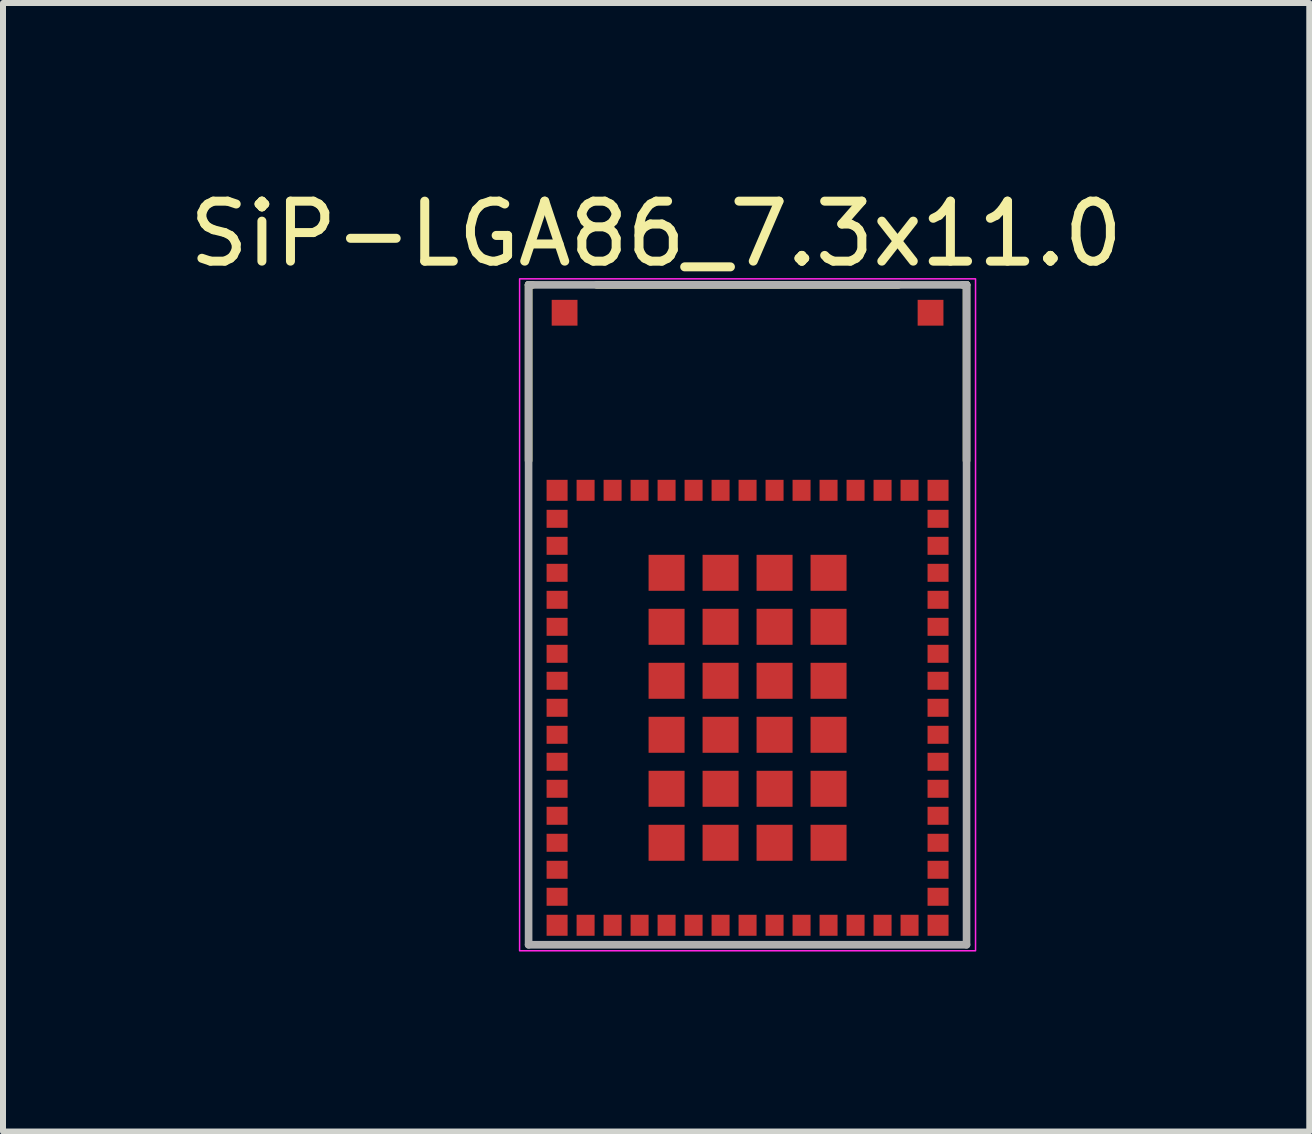
<source format=kicad_pcb>
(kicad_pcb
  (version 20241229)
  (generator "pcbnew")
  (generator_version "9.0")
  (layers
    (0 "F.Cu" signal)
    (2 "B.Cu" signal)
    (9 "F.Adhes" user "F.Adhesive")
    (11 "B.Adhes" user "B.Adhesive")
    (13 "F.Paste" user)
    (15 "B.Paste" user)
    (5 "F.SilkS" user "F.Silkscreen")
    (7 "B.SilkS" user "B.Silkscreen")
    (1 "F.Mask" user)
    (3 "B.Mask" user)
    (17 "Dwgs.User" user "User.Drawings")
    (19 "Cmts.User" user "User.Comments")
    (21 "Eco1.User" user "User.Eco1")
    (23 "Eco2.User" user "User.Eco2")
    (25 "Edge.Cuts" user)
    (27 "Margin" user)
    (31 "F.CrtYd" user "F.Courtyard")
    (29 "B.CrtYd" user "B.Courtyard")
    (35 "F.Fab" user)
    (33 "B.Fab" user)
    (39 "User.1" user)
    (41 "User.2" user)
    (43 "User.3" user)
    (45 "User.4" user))
  (footprint "SiP-LGA86_7.3x11.0"
    (layer "F.Cu")
    (at 9.411 7.198)
    (property "Reference" "SiP-LGA86_7.3x11.0" (at -1.524 -6.35 0) (layer "F.SilkS") (effects (font (size 1 1) (thickness 0.15))))
    (attr smd)
    (fp_poly (pts (xy -3.4 -2.3) (xy -2.95 -2.3) (xy -2.95 -1.85) (xy -3.4 -1.85)) (stroke (width 0.01) (type solid)) (fill yes) (layer "F.Mask"))
    (fp_poly (pts (xy -3.4 -1.8) (xy -2.95 -1.8) (xy -2.95 -1.4) (xy -3.4 -1.4)) (stroke (width 0.01) (type solid)) (fill yes) (layer "F.Mask"))
    (fp_poly (pts (xy -3.4 -1.35) (xy -2.95 -1.35) (xy -2.95 -0.95) (xy -3.4 -0.95)) (stroke (width 0.01) (type solid)) (fill yes) (layer "F.Mask"))
    (fp_poly (pts (xy -3.4 -0.9) (xy -2.95 -0.9) (xy -2.95 -0.5) (xy -3.4 -0.5)) (stroke (width 0.01) (type solid)) (fill yes) (layer "F.Mask"))
    (fp_poly (pts (xy -3.4 -0.45) (xy -2.95 -0.45) (xy -2.95 -0.05) (xy -3.4 -0.05)) (stroke (width 0.01) (type solid)) (fill yes) (layer "F.Mask"))
    (fp_poly (pts (xy -3.4 0) (xy -2.95 0) (xy -2.95 0.4) (xy -3.4 0.4)) (stroke (width 0.01) (type solid)) (fill yes) (layer "F.Mask"))
    (fp_poly (pts (xy -3.4 0.45) (xy -2.95 0.45) (xy -2.95 0.85) (xy -3.4 0.85)) (stroke (width 0.01) (type solid)) (fill yes) (layer "F.Mask"))
    (fp_poly (pts (xy -3.4 0.9) (xy -2.95 0.9) (xy -2.95 1.3) (xy -3.4 1.3)) (stroke (width 0.01) (type solid)) (fill yes) (layer "F.Mask"))
    (fp_poly (pts (xy -3.4 1.35) (xy -2.95 1.35) (xy -2.95 1.75) (xy -3.4 1.75)) (stroke (width 0.01) (type solid)) (fill yes) (layer "F.Mask"))
    (fp_poly (pts (xy -3.4 1.8) (xy -2.95 1.8) (xy -2.95 2.2) (xy -3.4 2.2)) (stroke (width 0.01) (type solid)) (fill yes) (layer "F.Mask"))
    (fp_poly (pts (xy -3.4 2.25) (xy -2.95 2.25) (xy -2.95 2.65) (xy -3.4 2.65)) (stroke (width 0.01) (type solid)) (fill yes) (layer "F.Mask"))
    (fp_poly (pts (xy -3.4 2.7) (xy -2.95 2.7) (xy -2.95 3.1) (xy -3.4 3.1)) (stroke (width 0.01) (type solid)) (fill yes) (layer "F.Mask"))
    (fp_poly (pts (xy -3.4 3.15) (xy -2.95 3.15) (xy -2.95 3.55) (xy -3.4 3.55)) (stroke (width 0.01) (type solid)) (fill yes) (layer "F.Mask"))
    (fp_poly (pts (xy -3.4 3.6) (xy -2.95 3.6) (xy -2.95 4) (xy -3.4 4)) (stroke (width 0.01) (type solid)) (fill yes) (layer "F.Mask"))
    (fp_poly (pts (xy -3.4 4.05) (xy -2.95 4.05) (xy -2.95 4.45) (xy -3.4 4.45)) (stroke (width 0.01) (type solid)) (fill yes) (layer "F.Mask"))
    (fp_poly (pts (xy -3.4 4.5) (xy -2.95 4.5) (xy -2.95 4.9) (xy -3.4 4.9)) (stroke (width 0.01) (type solid)) (fill yes) (layer "F.Mask"))
    (fp_poly (pts (xy -3.4 4.95) (xy -2.95 4.95) (xy -2.95 5.4) (xy -3.4 5.4)) (stroke (width 0.01) (type solid)) (fill yes) (layer "F.Mask"))
    (fp_poly (pts (xy -3.315 -5.3) (xy -2.785 -5.3) (xy -2.785 -4.77) (xy -3.315 -4.77)) (stroke (width 0.01) (type solid)) (fill yes) (layer "F.Mask"))
    (fp_poly (pts (xy -2.9 -2.3) (xy -2.5 -2.3) (xy -2.5 -1.85) (xy -2.9 -1.85)) (stroke (width 0.01) (type solid)) (fill yes) (layer "F.Mask"))
    (fp_poly (pts (xy -2.9 4.95) (xy -2.5 4.95) (xy -2.5 5.4) (xy -2.9 5.4)) (stroke (width 0.01) (type solid)) (fill yes) (layer "F.Mask"))
    (fp_poly (pts (xy -2.45 -2.3) (xy -2.05 -2.3) (xy -2.05 -1.85) (xy -2.45 -1.85)) (stroke (width 0.01) (type solid)) (fill yes) (layer "F.Mask"))
    (fp_poly (pts (xy -2.45 4.95) (xy -2.05 4.95) (xy -2.05 5.4) (xy -2.45 5.4)) (stroke (width 0.01) (type solid)) (fill yes) (layer "F.Mask"))
    (fp_poly (pts (xy -2 -2.3) (xy -1.6 -2.3) (xy -1.6 -1.85) (xy -2 -1.85)) (stroke (width 0.01) (type solid)) (fill yes) (layer "F.Mask"))
    (fp_poly (pts (xy -2 4.95) (xy -1.6 4.95) (xy -1.6 5.4) (xy -2 5.4)) (stroke (width 0.01) (type solid)) (fill yes) (layer "F.Mask"))
    (fp_poly (pts (xy -1.7 -1.05) (xy -1 -1.05) (xy -1 -0.35) (xy -1.7 -0.35)) (stroke (width 0.01) (type solid)) (fill yes) (layer "F.Mask"))
    (fp_poly (pts (xy -1.7 -0.15) (xy -1 -0.15) (xy -1 0.55) (xy -1.7 0.55)) (stroke (width 0.01) (type solid)) (fill yes) (layer "F.Mask"))
    (fp_poly (pts (xy -1.7 0.75) (xy -1 0.75) (xy -1 1.45) (xy -1.7 1.45)) (stroke (width 0.01) (type solid)) (fill yes) (layer "F.Mask"))
    (fp_poly (pts (xy -1.7 1.65) (xy -1 1.65) (xy -1 2.35) (xy -1.7 2.35)) (stroke (width 0.01) (type solid)) (fill yes) (layer "F.Mask"))
    (fp_poly (pts (xy -1.7 2.55) (xy -1 2.55) (xy -1 3.25) (xy -1.7 3.25)) (stroke (width 0.01) (type solid)) (fill yes) (layer "F.Mask"))
    (fp_poly (pts (xy -1.7 3.45) (xy -1 3.45) (xy -1 4.15) (xy -1.7 4.15)) (stroke (width 0.01) (type solid)) (fill yes) (layer "F.Mask"))
    (fp_poly (pts (xy -1.55 -2.3) (xy -1.15 -2.3) (xy -1.15 -1.85) (xy -1.55 -1.85)) (stroke (width 0.01) (type solid)) (fill yes) (layer "F.Mask"))
    (fp_poly (pts (xy -1.55 4.95) (xy -1.15 4.95) (xy -1.15 5.4) (xy -1.55 5.4)) (stroke (width 0.01) (type solid)) (fill yes) (layer "F.Mask"))
    (fp_poly (pts (xy -1.1 -2.3) (xy -0.7 -2.3) (xy -0.7 -1.85) (xy -1.1 -1.85)) (stroke (width 0.01) (type solid)) (fill yes) (layer "F.Mask"))
    (fp_poly (pts (xy -1.1 4.95) (xy -0.7 4.95) (xy -0.7 5.4) (xy -1.1 5.4)) (stroke (width 0.01) (type solid)) (fill yes) (layer "F.Mask"))
    (fp_poly (pts (xy -0.8 -1.05) (xy -0.1 -1.05) (xy -0.1 -0.35) (xy -0.8 -0.35)) (stroke (width 0.01) (type solid)) (fill yes) (layer "F.Mask"))
    (fp_poly (pts (xy -0.8 -0.15) (xy -0.1 -0.15) (xy -0.1 0.55) (xy -0.8 0.55)) (stroke (width 0.01) (type solid)) (fill yes) (layer "F.Mask"))
    (fp_poly (pts (xy -0.8 0.75) (xy -0.1 0.75) (xy -0.1 1.45) (xy -0.8 1.45)) (stroke (width 0.01) (type solid)) (fill yes) (layer "F.Mask"))
    (fp_poly (pts (xy -0.8 1.65) (xy -0.1 1.65) (xy -0.1 2.35) (xy -0.8 2.35)) (stroke (width 0.01) (type solid)) (fill yes) (layer "F.Mask"))
    (fp_poly (pts (xy -0.8 2.55) (xy -0.1 2.55) (xy -0.1 3.25) (xy -0.8 3.25)) (stroke (width 0.01) (type solid)) (fill yes) (layer "F.Mask"))
    (fp_poly (pts (xy -0.8 3.45) (xy -0.1 3.45) (xy -0.1 4.15) (xy -0.8 4.15)) (stroke (width 0.01) (type solid)) (fill yes) (layer "F.Mask"))
    (fp_poly (pts (xy -0.65 -2.3) (xy -0.25 -2.3) (xy -0.25 -1.85) (xy -0.65 -1.85)) (stroke (width 0.01) (type solid)) (fill yes) (layer "F.Mask"))
    (fp_poly (pts (xy -0.65 4.95) (xy -0.25 4.95) (xy -0.25 5.4) (xy -0.65 5.4)) (stroke (width 0.01) (type solid)) (fill yes) (layer "F.Mask"))
    (fp_poly (pts (xy -0.2 -2.3) (xy 0.2 -2.3) (xy 0.2 -1.85) (xy -0.2 -1.85)) (stroke (width 0.01) (type solid)) (fill yes) (layer "F.Mask"))
    (fp_poly (pts (xy -0.2 4.95) (xy 0.2 4.95) (xy 0.2 5.4) (xy -0.2 5.4)) (stroke (width 0.01) (type solid)) (fill yes) (layer "F.Mask"))
    (fp_poly (pts (xy 0.1 -1.05) (xy 0.8 -1.05) (xy 0.8 -0.35) (xy 0.1 -0.35)) (stroke (width 0.01) (type solid)) (fill yes) (layer "F.Mask"))
    (fp_poly (pts (xy 0.1 -0.15) (xy 0.8 -0.15) (xy 0.8 0.55) (xy 0.1 0.55)) (stroke (width 0.01) (type solid)) (fill yes) (layer "F.Mask"))
    (fp_poly (pts (xy 0.1 0.75) (xy 0.8 0.75) (xy 0.8 1.45) (xy 0.1 1.45)) (stroke (width 0.01) (type solid)) (fill yes) (layer "F.Mask"))
    (fp_poly (pts (xy 0.1 1.65) (xy 0.8 1.65) (xy 0.8 2.35) (xy 0.1 2.35)) (stroke (width 0.01) (type solid)) (fill yes) (layer "F.Mask"))
    (fp_poly (pts (xy 0.1 2.55) (xy 0.8 2.55) (xy 0.8 3.25) (xy 0.1 3.25)) (stroke (width 0.01) (type solid)) (fill yes) (layer "F.Mask"))
    (fp_poly (pts (xy 0.1 3.45) (xy 0.8 3.45) (xy 0.8 4.15) (xy 0.1 4.15)) (stroke (width 0.01) (type solid)) (fill yes) (layer "F.Mask"))
    (fp_poly (pts (xy 0.25 -2.3) (xy 0.65 -2.3) (xy 0.65 -1.85) (xy 0.25 -1.85)) (stroke (width 0.01) (type solid)) (fill yes) (layer "F.Mask"))
    (fp_poly (pts (xy 0.25 4.95) (xy 0.65 4.95) (xy 0.65 5.4) (xy 0.25 5.4)) (stroke (width 0.01) (type solid)) (fill yes) (layer "F.Mask"))
    (fp_poly (pts (xy 0.7 -2.3) (xy 1.1 -2.3) (xy 1.1 -1.85) (xy 0.7 -1.85)) (stroke (width 0.01) (type solid)) (fill yes) (layer "F.Mask"))
    (fp_poly (pts (xy 0.7 4.95) (xy 1.1 4.95) (xy 1.1 5.4) (xy 0.7 5.4)) (stroke (width 0.01) (type solid)) (fill yes) (layer "F.Mask"))
    (fp_poly (pts (xy 1 -1.05) (xy 1.7 -1.05) (xy 1.7 -0.35) (xy 1 -0.35)) (stroke (width 0.01) (type solid)) (fill yes) (layer "F.Mask"))
    (fp_poly (pts (xy 1 -0.15) (xy 1.7 -0.15) (xy 1.7 0.55) (xy 1 0.55)) (stroke (width 0.01) (type solid)) (fill yes) (layer "F.Mask"))
    (fp_poly (pts (xy 1 0.75) (xy 1.7 0.75) (xy 1.7 1.45) (xy 1 1.45)) (stroke (width 0.01) (type solid)) (fill yes) (layer "F.Mask"))
    (fp_poly (pts (xy 1 1.65) (xy 1.7 1.65) (xy 1.7 2.35) (xy 1 2.35)) (stroke (width 0.01) (type solid)) (fill yes) (layer "F.Mask"))
    (fp_poly (pts (xy 1 2.55) (xy 1.7 2.55) (xy 1.7 3.25) (xy 1 3.25)) (stroke (width 0.01) (type solid)) (fill yes) (layer "F.Mask"))
    (fp_poly (pts (xy 1 3.45) (xy 1.7 3.45) (xy 1.7 4.15) (xy 1 4.15)) (stroke (width 0.01) (type solid)) (fill yes) (layer "F.Mask"))
    (fp_poly (pts (xy 1.15 -2.3) (xy 1.55 -2.3) (xy 1.55 -1.85) (xy 1.15 -1.85)) (stroke (width 0.01) (type solid)) (fill yes) (layer "F.Mask"))
    (fp_poly (pts (xy 1.15 4.95) (xy 1.55 4.95) (xy 1.55 5.4) (xy 1.15 5.4)) (stroke (width 0.01) (type solid)) (fill yes) (layer "F.Mask"))
    (fp_poly (pts (xy 1.6 -2.3) (xy 2 -2.3) (xy 2 -1.85) (xy 1.6 -1.85)) (stroke (width 0.01) (type solid)) (fill yes) (layer "F.Mask"))
    (fp_poly (pts (xy 1.6 4.95) (xy 2 4.95) (xy 2 5.4) (xy 1.6 5.4)) (stroke (width 0.01) (type solid)) (fill yes) (layer "F.Mask"))
    (fp_poly (pts (xy 2.05 -2.3) (xy 2.45 -2.3) (xy 2.45 -1.85) (xy 2.05 -1.85)) (stroke (width 0.01) (type solid)) (fill yes) (layer "F.Mask"))
    (fp_poly (pts (xy 2.05 4.95) (xy 2.45 4.95) (xy 2.45 5.4) (xy 2.05 5.4)) (stroke (width 0.01) (type solid)) (fill yes) (layer "F.Mask"))
    (fp_poly (pts (xy 2.5 -2.3) (xy 2.9 -2.3) (xy 2.9 -1.85) (xy 2.5 -1.85)) (stroke (width 0.01) (type solid)) (fill yes) (layer "F.Mask"))
    (fp_poly (pts (xy 2.5 4.95) (xy 2.9 4.95) (xy 2.9 5.4) (xy 2.5 5.4)) (stroke (width 0.01) (type solid)) (fill yes) (layer "F.Mask"))
    (fp_poly (pts (xy 2.785 -5.3) (xy 3.315 -5.3) (xy 3.315 -4.77) (xy 2.785 -4.77)) (stroke (width 0.01) (type solid)) (fill yes) (layer "F.Mask"))
    (fp_poly (pts (xy 2.95 -2.3) (xy 3.4 -2.3) (xy 3.4 -1.85) (xy 2.95 -1.85)) (stroke (width 0.01) (type solid)) (fill yes) (layer "F.Mask"))
    (fp_poly (pts (xy 2.95 -1.8) (xy 3.4 -1.8) (xy 3.4 -1.4) (xy 2.95 -1.4)) (stroke (width 0.01) (type solid)) (fill yes) (layer "F.Mask"))
    (fp_poly (pts (xy 2.95 -1.35) (xy 3.4 -1.35) (xy 3.4 -0.95) (xy 2.95 -0.95)) (stroke (width 0.01) (type solid)) (fill yes) (layer "F.Mask"))
    (fp_poly (pts (xy 2.95 -0.9) (xy 3.4 -0.9) (xy 3.4 -0.5) (xy 2.95 -0.5)) (stroke (width 0.01) (type solid)) (fill yes) (layer "F.Mask"))
    (fp_poly (pts (xy 2.95 -0.45) (xy 3.4 -0.45) (xy 3.4 -0.05) (xy 2.95 -0.05)) (stroke (width 0.01) (type solid)) (fill yes) (layer "F.Mask"))
    (fp_poly (pts (xy 2.95 0) (xy 3.4 0) (xy 3.4 0.4) (xy 2.95 0.4)) (stroke (width 0.01) (type solid)) (fill yes) (layer "F.Mask"))
    (fp_poly (pts (xy 2.95 0.45) (xy 3.4 0.45) (xy 3.4 0.85) (xy 2.95 0.85)) (stroke (width 0.01) (type solid)) (fill yes) (layer "F.Mask"))
    (fp_poly (pts (xy 2.95 0.9) (xy 3.4 0.9) (xy 3.4 1.3) (xy 2.95 1.3)) (stroke (width 0.01) (type solid)) (fill yes) (layer "F.Mask"))
    (fp_poly (pts (xy 2.95 1.35) (xy 3.4 1.35) (xy 3.4 1.75) (xy 2.95 1.75)) (stroke (width 0.01) (type solid)) (fill yes) (layer "F.Mask"))
    (fp_poly (pts (xy 2.95 1.8) (xy 3.4 1.8) (xy 3.4 2.2) (xy 2.95 2.2)) (stroke (width 0.01) (type solid)) (fill yes) (layer "F.Mask"))
    (fp_poly (pts (xy 2.95 2.25) (xy 3.4 2.25) (xy 3.4 2.65) (xy 2.95 2.65)) (stroke (width 0.01) (type solid)) (fill yes) (layer "F.Mask"))
    (fp_poly (pts (xy 2.95 2.7) (xy 3.4 2.7) (xy 3.4 3.1) (xy 2.95 3.1)) (stroke (width 0.01) (type solid)) (fill yes) (layer "F.Mask"))
    (fp_poly (pts (xy 2.95 3.15) (xy 3.4 3.15) (xy 3.4 3.55) (xy 2.95 3.55)) (stroke (width 0.01) (type solid)) (fill yes) (layer "F.Mask"))
    (fp_poly (pts (xy 2.95 3.6) (xy 3.4 3.6) (xy 3.4 4) (xy 2.95 4)) (stroke (width 0.01) (type solid)) (fill yes) (layer "F.Mask"))
    (fp_poly (pts (xy 2.95 4.05) (xy 3.4 4.05) (xy 3.4 4.45) (xy 2.95 4.45)) (stroke (width 0.01) (type solid)) (fill yes) (layer "F.Mask"))
    (fp_poly (pts (xy 2.95 4.5) (xy 3.4 4.5) (xy 3.4 4.9) (xy 2.95 4.9)) (stroke (width 0.01) (type solid)) (fill yes) (layer "F.Mask"))
    (fp_poly (pts (xy 2.95 4.95) (xy 3.4 4.95) (xy 3.4 5.4) (xy 2.95 5.4)) (stroke (width 0.01) (type solid)) (fill yes) (layer "F.Mask"))
    (fp_line (start -3.65 -5.5) (end -3.65 -2.57) (stroke (width 0.127) (type solid)) (layer "F.SilkS"))
    (fp_line (start -3.65 -5.5) (end -3.585 -5.5) (stroke (width 0.127) (type solid)) (layer "F.SilkS"))
    (fp_line (start -2.515 -5.5) (end 2.515 -5.5) (stroke (width 0.127) (type solid)) (layer "F.SilkS"))
    (fp_line (start 3.585 -5.5) (end 3.65 -5.5) (stroke (width 0.127) (type solid)) (layer "F.SilkS"))
    (fp_line (start 3.65 -5.5) (end 3.65 -2.57) (stroke (width 0.127) (type solid)) (layer "F.SilkS"))
    (fp_rect (start -3.8 -5.6) (end 3.8 5.6) (stroke (width 0.025) (type solid)) (fill no) (layer "F.CrtYd"))
    (fp_line (start -3.65 -5.5) (end -3.65 5.5) (stroke (width 0.127) (type solid)) (layer "F.Fab"))
    (fp_line (start -3.65 -5.5) (end 3.65 -5.5) (stroke (width 0.127) (type solid)) (layer "F.Fab"))
    (fp_line (start -3.65 5.5) (end 3.65 5.5) (stroke (width 0.127) (type solid)) (layer "F.Fab"))
    (fp_line (start 3.65 -5.5) (end 3.65 5.5) (stroke (width 0.127) (type solid)) (layer "F.Fab"))
    (pad "1" smd rect (at -3.175 -2.075) (size 0.35 0.35) (layers "F.Cu" "F.Paste"))
    (pad "2" smd rect (at -3.175 -1.6) (size 0.35 0.3) (layers "F.Cu" "F.Paste"))
    (pad "3" smd rect (at -3.175 -1.15) (size 0.35 0.3) (layers "F.Cu" "F.Paste"))
    (pad "4" smd rect (at -3.175 -0.7) (size 0.35 0.3) (layers "F.Cu" "F.Paste"))
    (pad "5" smd rect (at -3.175 -0.25) (size 0.35 0.3) (layers "F.Cu" "F.Paste"))
    (pad "6" smd rect (at -3.175 0.2) (size 0.35 0.3) (layers "F.Cu" "F.Paste"))
    (pad "7" smd rect (at -3.175 0.65) (size 0.35 0.3) (layers "F.Cu" "F.Paste"))
    (pad "8" smd rect (at -3.175 1.1) (size 0.35 0.3) (layers "F.Cu" "F.Paste"))
    (pad "9" smd rect (at -3.175 1.55) (size 0.35 0.3) (layers "F.Cu" "F.Paste"))
    (pad "10" smd rect (at -3.175 2) (size 0.35 0.3) (layers "F.Cu" "F.Paste"))
    (pad "11" smd rect (at -3.175 2.45) (size 0.35 0.3) (layers "F.Cu" "F.Paste"))
    (pad "12" smd rect (at -3.175 2.9) (size 0.35 0.3) (layers "F.Cu" "F.Paste"))
    (pad "13" smd rect (at -3.175 3.35) (size 0.35 0.3) (layers "F.Cu" "F.Paste"))
    (pad "14" smd rect (at -3.175 3.8) (size 0.35 0.3) (layers "F.Cu" "F.Paste"))
    (pad "15" smd rect (at -3.175 4.25) (size 0.35 0.3) (layers "F.Cu" "F.Paste"))
    (pad "16" smd rect (at -3.175 4.7) (size 0.35 0.3) (layers "F.Cu" "F.Paste"))
    (pad "17" smd rect (at -3.175 5.175) (size 0.35 0.35) (layers "F.Cu" "F.Paste"))
    (pad "18" smd rect (at -2.7 5.175) (size 0.3 0.35) (layers "F.Cu" "F.Paste"))
    (pad "19" smd rect (at -2.25 5.175) (size 0.3 0.35) (layers "F.Cu" "F.Paste"))
    (pad "20" smd rect (at -1.8 5.175) (size 0.3 0.35) (layers "F.Cu" "F.Paste"))
    (pad "21" smd rect (at -1.35 5.175) (size 0.3 0.35) (layers "F.Cu" "F.Paste"))
    (pad "22" smd rect (at -0.9 5.175) (size 0.3 0.35) (layers "F.Cu" "F.Paste"))
    (pad "23" smd rect (at -0.45 5.175) (size 0.3 0.35) (layers "F.Cu" "F.Paste"))
    (pad "24" smd rect (at 0 5.175) (size 0.3 0.35) (layers "F.Cu" "F.Paste"))
    (pad "25" smd rect (at 0.45 5.175) (size 0.3 0.35) (layers "F.Cu" "F.Paste"))
    (pad "26" smd rect (at 0.9 5.175) (size 0.3 0.35) (layers "F.Cu" "F.Paste"))
    (pad "27" smd rect (at 1.35 5.175) (size 0.3 0.35) (layers "F.Cu" "F.Paste"))
    (pad "28" smd rect (at 1.8 5.175) (size 0.3 0.35) (layers "F.Cu" "F.Paste"))
    (pad "29" smd rect (at 2.25 5.175) (size 0.3 0.35) (layers "F.Cu" "F.Paste"))
    (pad "30" smd rect (at 2.7 5.175) (size 0.3 0.35) (layers "F.Cu" "F.Paste"))
    (pad "31" smd rect (at 3.175 5.175) (size 0.35 0.35) (layers "F.Cu" "F.Paste"))
    (pad "32" smd rect (at 3.175 4.7) (size 0.35 0.3) (layers "F.Cu" "F.Paste"))
    (pad "33" smd rect (at 3.175 4.25) (size 0.35 0.3) (layers "F.Cu" "F.Paste"))
    (pad "34" smd rect (at 3.175 3.8) (size 0.35 0.3) (layers "F.Cu" "F.Paste"))
    (pad "35" smd rect (at 3.175 3.35) (size 0.35 0.3) (layers "F.Cu" "F.Paste"))
    (pad "36" smd rect (at 3.175 2.9) (size 0.35 0.3) (layers "F.Cu" "F.Paste"))
    (pad "37" smd rect (at 3.175 2.45) (size 0.35 0.3) (layers "F.Cu" "F.Paste"))
    (pad "38" smd rect (at 3.175 2) (size 0.35 0.3) (layers "F.Cu" "F.Paste"))
    (pad "39" smd rect (at 3.175 1.55) (size 0.35 0.3) (layers "F.Cu" "F.Paste"))
    (pad "40" smd rect (at 3.175 1.1) (size 0.35 0.3) (layers "F.Cu" "F.Paste"))
    (pad "41" smd rect (at 3.175 0.65) (size 0.35 0.3) (layers "F.Cu" "F.Paste"))
    (pad "42" smd rect (at 3.175 0.2) (size 0.35 0.3) (layers "F.Cu" "F.Paste"))
    (pad "43" smd rect (at 3.175 -0.25) (size 0.35 0.3) (layers "F.Cu" "F.Paste"))
    (pad "44" smd rect (at 3.175 -0.7) (size 0.35 0.3) (layers "F.Cu" "F.Paste"))
    (pad "45" smd rect (at 3.175 -1.15) (size 0.35 0.3) (layers "F.Cu" "F.Paste"))
    (pad "46" smd rect (at 3.175 -1.6) (size 0.35 0.3) (layers "F.Cu" "F.Paste"))
    (pad "47" smd rect (at 3.175 -2.075) (size 0.35 0.35) (layers "F.Cu" "F.Paste"))
    (pad "48" smd rect (at 2.7 -2.075) (size 0.3 0.35) (layers "F.Cu" "F.Paste"))
    (pad "49" smd rect (at 2.25 -2.075) (size 0.3 0.35) (layers "F.Cu" "F.Paste"))
    (pad "50" smd rect (at 1.8 -2.075) (size 0.3 0.35) (layers "F.Cu" "F.Paste"))
    (pad "51" smd rect (at 1.35 -2.075) (size 0.3 0.35) (layers "F.Cu" "F.Paste"))
    (pad "52" smd rect (at 0.9 -2.075) (size 0.3 0.35) (layers "F.Cu" "F.Paste"))
    (pad "53" smd rect (at 0.45 -2.075) (size 0.3 0.35) (layers "F.Cu" "F.Paste"))
    (pad "54" smd rect (at 0 -2.075) (size 0.3 0.35) (layers "F.Cu" "F.Paste"))
    (pad "55" smd rect (at -0.45 -2.075) (size 0.3 0.35) (layers "F.Cu" "F.Paste"))
    (pad "56" smd rect (at -0.9 -2.075) (size 0.3 0.35) (layers "F.Cu" "F.Paste"))
    (pad "57" smd rect (at -1.35 -2.075) (size 0.3 0.35) (layers "F.Cu" "F.Paste"))
    (pad "58" smd rect (at -1.8 -2.075) (size 0.3 0.35) (layers "F.Cu" "F.Paste"))
    (pad "59" smd rect (at -2.25 -2.075) (size 0.3 0.35) (layers "F.Cu" "F.Paste"))
    (pad "60" smd rect (at -2.7 -2.075) (size 0.3 0.35) (layers "F.Cu" "F.Paste"))
    (pad "61" smd rect (at -1.35 -0.7) (size 0.6 0.6) (layers "F.Cu" "F.Paste"))
    (pad "62" smd rect (at -1.35 0.2) (size 0.6 0.6) (layers "F.Cu" "F.Paste"))
    (pad "63" smd rect (at -1.35 1.1) (size 0.6 0.6) (layers "F.Cu" "F.Paste"))
    (pad "64" smd rect (at -1.35 2) (size 0.6 0.6) (layers "F.Cu" "F.Paste"))
    (pad "65" smd rect (at -1.35 2.9) (size 0.6 0.6) (layers "F.Cu" "F.Paste"))
    (pad "66" smd rect (at -1.35 3.8) (size 0.6 0.6) (layers "F.Cu" "F.Paste"))
    (pad "67" smd rect (at -0.45 3.8) (size 0.6 0.6) (layers "F.Cu" "F.Paste"))
    (pad "68" smd rect (at 0.45 3.8) (size 0.6 0.6) (layers "F.Cu" "F.Paste"))
    (pad "69" smd rect (at 1.35 3.8) (size 0.6 0.6) (layers "F.Cu" "F.Paste"))
    (pad "70" smd rect (at 1.35 2.9) (size 0.6 0.6) (layers "F.Cu" "F.Paste"))
    (pad "71" smd rect (at 1.35 2) (size 0.6 0.6) (layers "F.Cu" "F.Paste"))
    (pad "72" smd rect (at 1.35 1.1) (size 0.6 0.6) (layers "F.Cu" "F.Paste"))
    (pad "73" smd rect (at 1.35 0.2) (size 0.6 0.6) (layers "F.Cu" "F.Paste"))
    (pad "74" smd rect (at 1.35 -0.7) (size 0.6 0.6) (layers "F.Cu" "F.Paste"))
    (pad "75" smd rect (at 0.45 -0.7) (size 0.6 0.6) (layers "F.Cu" "F.Paste"))
    (pad "76" smd rect (at -0.45 -0.7) (size 0.6 0.6) (layers "F.Cu" "F.Paste"))
    (pad "77" smd rect (at -0.45 0.2) (size 0.6 0.6) (layers "F.Cu" "F.Paste"))
    (pad "78" smd rect (at -0.45 1.1) (size 0.6 0.6) (layers "F.Cu" "F.Paste"))
    (pad "79" smd rect (at -0.45 2) (size 0.6 0.6) (layers "F.Cu" "F.Paste"))
    (pad "80" smd rect (at -0.45 2.9) (size 0.6 0.6) (layers "F.Cu" "F.Paste"))
    (pad "81" smd rect (at 0.45 2.9) (size 0.6 0.6) (layers "F.Cu" "F.Paste"))
    (pad "82" smd rect (at 0.45 2) (size 0.6 0.6) (layers "F.Cu" "F.Paste"))
    (pad "83" smd rect (at 0.45 1.1) (size 0.6 0.6) (layers "F.Cu" "F.Paste"))
    (pad "84" smd rect (at 0.45 0.2) (size 0.6 0.6) (layers "F.Cu" "F.Paste"))
    (pad "85" smd rect (at -3.05 -5.035) (size 0.43 0.43) (layers "F.Cu" "F.Paste"))
    (pad "86" smd rect (at 3.05 -5.035) (size 0.43 0.43) (layers "F.Cu" "F.Paste")))
  (gr_rect
    (start -3 -3)
    (end 18.774 15.811)
    (stroke (width 0.1) (type default))
    (fill no)
    (layer "Edge.Cuts")))
</source>
